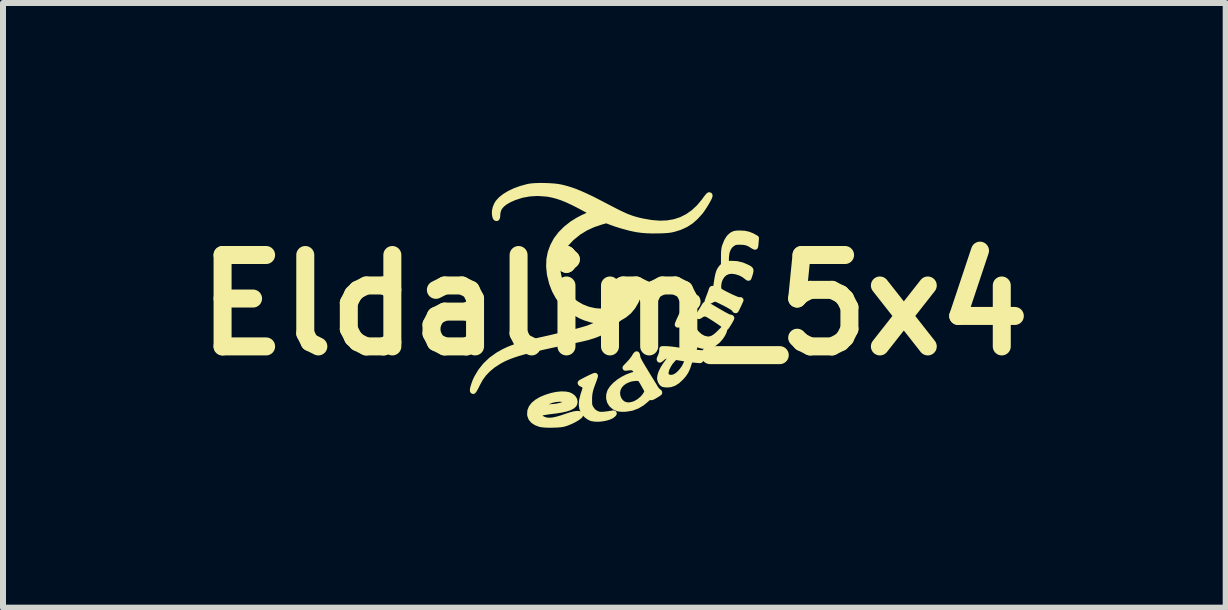
<source format=kicad_pcb>
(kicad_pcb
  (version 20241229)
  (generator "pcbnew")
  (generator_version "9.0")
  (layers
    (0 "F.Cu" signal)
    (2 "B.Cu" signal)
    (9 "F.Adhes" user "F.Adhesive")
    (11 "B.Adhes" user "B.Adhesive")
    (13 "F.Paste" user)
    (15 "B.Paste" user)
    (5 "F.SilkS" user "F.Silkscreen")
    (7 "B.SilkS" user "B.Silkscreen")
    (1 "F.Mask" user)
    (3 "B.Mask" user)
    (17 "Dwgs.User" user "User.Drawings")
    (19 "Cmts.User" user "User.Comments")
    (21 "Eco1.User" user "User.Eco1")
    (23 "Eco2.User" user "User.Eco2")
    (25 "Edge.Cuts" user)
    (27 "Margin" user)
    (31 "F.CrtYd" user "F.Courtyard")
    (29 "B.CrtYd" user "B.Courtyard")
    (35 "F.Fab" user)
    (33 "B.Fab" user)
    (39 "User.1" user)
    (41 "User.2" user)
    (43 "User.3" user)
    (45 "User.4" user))
  (footprint "Eldalim_5x4"
    (layer "F.Cu")
    (at 7.192 2.036)
    (property "Reference" "Eldalim_5x4" (at 0 0 0) (layer "F.SilkS") (effects (font (size 1.524 1.524) (thickness 0.3))))
    (attr through_hole)
    (fp_poly (pts (xy 1.388 -0.055) (xy 1.382 -0.022) (xy 1.365 0.006) (xy 1.342 0.026) (xy 1.316 0.036) (xy 1.29 0.035) (xy 1.268 0.019) (xy 1.266 0.016) (xy 1.252 -0.018) (xy 1.255 -0.054) (xy 1.275 -0.088) (xy 1.283 -0.096) (xy 1.314 -0.12) (xy 1.343 -0.126) (xy 1.367 -0.117) (xy 1.382 -0.093) (xy 1.388 -0.055)) (stroke (width 0.1) (type solid)) (fill yes) (layer "F.SilkS"))
    (fp_poly (pts (xy 1.95 0.216) (xy 1.946 0.227) (xy 1.934 0.249) (xy 1.918 0.278) (xy 1.9 0.308) (xy 1.882 0.336) (xy 1.868 0.357) (xy 1.86 0.367) (xy 1.852 0.364) (xy 1.846 0.353) (xy 1.836 0.342) (xy 1.814 0.323) (xy 1.781 0.298) (xy 1.739 0.269) (xy 1.693 0.238) (xy 1.643 0.206) (xy 1.593 0.175) (xy 1.567 0.159) (xy 1.527 0.142) (xy 1.492 0.14) (xy 1.457 0.154) (xy 1.436 0.168) (xy 1.418 0.18) (xy 1.407 0.184) (xy 1.406 0.182) (xy 1.411 0.171) (xy 1.423 0.148) (xy 1.441 0.119) (xy 1.446 0.111) (xy 1.467 0.078) (xy 1.486 0.046) (xy 1.499 0.023) (xy 1.5 0.02) (xy 1.513 0.001) (xy 1.524 -0.009) (xy 1.525 -0.009) (xy 1.535 -0.005) (xy 1.559 0.008) (xy 1.593 0.027) (xy 1.636 0.052) (xy 1.686 0.081) (xy 1.718 0.1) (xy 1.78 0.136) (xy 1.833 0.166) (xy 1.876 0.188) (xy 1.907 0.203) (xy 1.925 0.209) (xy 1.926 0.209) (xy 1.944 0.211) (xy 1.95 0.216)) (stroke (width 0.1) (type solid)) (fill yes) (layer "F.SilkS"))
    (fp_poly (pts (xy 1.835 0.386) (xy 1.83 0.419) (xy 1.819 0.452) (xy 1.798 0.492) (xy 1.768 0.536) (xy 1.733 0.577) (xy 1.721 0.59) (xy 1.664 0.636) (xy 1.601 0.666) (xy 1.535 0.68) (xy 1.468 0.678) (xy 1.402 0.659) (xy 1.389 0.652) (xy 1.35 0.629) (xy 1.316 0.602) (xy 1.287 0.567) (xy 1.261 0.522) (xy 1.234 0.465) (xy 1.217 0.421) (xy 1.195 0.371) (xy 1.173 0.334) (xy 1.154 0.313) (xy 1.141 0.308) (xy 1.127 0.311) (xy 1.103 0.317) (xy 1.096 0.319) (xy 1.073 0.325) (xy 1.059 0.326) (xy 1.057 0.325) (xy 1.059 0.316) (xy 1.068 0.293) (xy 1.082 0.26) (xy 1.101 0.22) (xy 1.11 0.199) (xy 1.133 0.154) (xy 1.151 0.119) (xy 1.165 0.097) (xy 1.173 0.09) (xy 1.174 0.091) (xy 1.179 0.105) (xy 1.188 0.131) (xy 1.201 0.166) (xy 1.21 0.191) (xy 1.233 0.254) (xy 1.255 0.305) (xy 1.278 0.349) (xy 1.305 0.392) (xy 1.316 0.408) (xy 1.369 0.475) (xy 1.426 0.526) (xy 1.484 0.558) (xy 1.545 0.573) (xy 1.566 0.574) (xy 1.603 0.57) (xy 1.639 0.557) (xy 1.678 0.534) (xy 1.721 0.499) (xy 1.767 0.455) (xy 1.835 0.386)) (stroke (width 0.1) (type solid)) (fill yes) (layer "F.SilkS"))
    (fp_poly (pts (xy -0.01 1.807) (xy -0.017 1.817) (xy -0.018 1.818) (xy -0.047 1.842) (xy -0.09 1.862) (xy -0.143 1.878) (xy -0.202 1.889) (xy -0.262 1.895) (xy -0.32 1.894) (xy -0.372 1.886) (xy -0.39 1.88) (xy -0.42 1.865) (xy -0.454 1.84) (xy -0.472 1.824) (xy -0.51 1.776) (xy -0.534 1.722) (xy -0.543 1.661) (xy -0.538 1.592) (xy -0.519 1.512) (xy -0.51 1.483) (xy -0.493 1.432) (xy -0.483 1.395) (xy -0.479 1.369) (xy -0.483 1.351) (xy -0.494 1.338) (xy -0.513 1.328) (xy -0.522 1.323) (xy -0.545 1.312) (xy -0.56 1.302) (xy -0.562 1.299) (xy -0.555 1.293) (xy -0.534 1.281) (xy -0.505 1.266) (xy -0.469 1.247) (xy -0.431 1.228) (xy -0.394 1.21) (xy -0.361 1.195) (xy -0.337 1.185) (xy -0.324 1.18) (xy -0.323 1.18) (xy -0.325 1.19) (xy -0.332 1.212) (xy -0.343 1.245) (xy -0.355 1.277) (xy -0.38 1.344) (xy -0.398 1.399) (xy -0.41 1.446) (xy -0.417 1.491) (xy -0.421 1.538) (xy -0.421 1.578) (xy -0.421 1.622) (xy -0.42 1.653) (xy -0.416 1.676) (xy -0.408 1.696) (xy -0.397 1.719) (xy -0.395 1.723) (xy -0.359 1.771) (xy -0.313 1.806) (xy -0.26 1.826) (xy -0.249 1.828) (xy -0.217 1.83) (xy -0.173 1.828) (xy -0.121 1.822) (xy -0.066 1.814) (xy -0.036 1.809) (xy -0.016 1.805) (xy -0.01 1.807)) (stroke (width 0.1) (type solid)) (fill yes) (layer "F.SilkS"))
    (fp_poly (pts (xy 1.523 0.813) (xy 1.52 0.821) (xy 1.505 0.838) (xy 1.484 0.861) (xy 1.478 0.867) (xy 1.429 0.918) (xy 1.352 0.912) (xy 1.316 0.909) (xy 1.287 0.906) (xy 1.27 0.905) (xy 1.267 0.904) (xy 1.262 0.912) (xy 1.253 0.933) (xy 1.242 0.963) (xy 1.237 0.979) (xy 1.223 1.022) (xy 1.223 0.905) (xy 1.221 0.901) (xy 1.211 0.897) (xy 1.186 0.892) (xy 1.151 0.885) (xy 1.114 0.879) (xy 1.011 0.862) (xy 0.965 0.911) (xy 0.927 0.956) (xy 0.897 1.005) (xy 0.873 1.053) (xy 0.858 1.099) (xy 0.853 1.14) (xy 0.859 1.171) (xy 0.864 1.18) (xy 0.894 1.204) (xy 0.933 1.214) (xy 0.978 1.21) (xy 1.014 1.197) (xy 1.052 1.174) (xy 1.093 1.138) (xy 1.132 1.094) (xy 1.165 1.048) (xy 1.176 1.029) (xy 1.196 0.989) (xy 1.211 0.953) (xy 1.22 0.923) (xy 1.223 0.905) (xy 1.223 1.022) (xy 1.214 1.048) (xy 1.188 1.104) (xy 1.154 1.155) (xy 1.11 1.207) (xy 1.108 1.208) (xy 1.05 1.262) (xy 0.993 1.299) (xy 0.935 1.319) (xy 0.885 1.324) (xy 0.852 1.322) (xy 0.824 1.318) (xy 0.81 1.314) (xy 0.79 1.295) (xy 0.773 1.266) (xy 0.763 1.231) (xy 0.762 1.217) (xy 0.769 1.172) (xy 0.787 1.119) (xy 0.817 1.06) (xy 0.856 0.998) (xy 0.902 0.936) (xy 0.919 0.916) (xy 0.97 0.857) (xy 0.932 0.846) (xy 0.887 0.838) (xy 0.847 0.846) (xy 0.807 0.869) (xy 0.793 0.882) (xy 0.77 0.902) (xy 0.757 0.909) (xy 0.755 0.902) (xy 0.762 0.881) (xy 0.776 0.851) (xy 0.788 0.818) (xy 0.796 0.785) (xy 0.798 0.769) (xy 0.798 0.735) (xy 0.86 0.735) (xy 0.891 0.736) (xy 0.935 0.74) (xy 0.987 0.746) (xy 1.042 0.754) (xy 1.065 0.757) (xy 1.128 0.766) (xy 1.201 0.776) (xy 1.276 0.785) (xy 1.346 0.793) (xy 1.364 0.794) (xy 1.415 0.799) (xy 1.46 0.804) (xy 1.494 0.808) (xy 1.517 0.811) (xy 1.523 0.813)) (stroke (width 0.1) (type solid)) (fill yes) (layer "F.SilkS"))
    (fp_poly (pts (xy -0.57 1.832) (xy -0.581 1.847) (xy -0.605 1.866) (xy -0.637 1.887) (xy -0.677 1.91) (xy -0.72 1.931) (xy -0.766 1.951) (xy -0.811 1.968) (xy -0.853 1.98) (xy -0.864 1.982) (xy -0.905 1.988) (xy -0.957 1.992) (xy -1.015 1.994) (xy -1.076 1.995) (xy -1.133 1.994) (xy -1.183 1.99) (xy -1.222 1.985) (xy -1.234 1.983) (xy -1.3 1.958) (xy -1.35 1.926) (xy -1.384 1.886) (xy -1.402 1.838) (xy -1.404 1.823) (xy -1.401 1.766) (xy -1.38 1.713) (xy -1.342 1.663) (xy -1.287 1.618) (xy -1.216 1.576) (xy -1.136 1.543) (xy -1.048 1.515) (xy -0.963 1.497) (xy -0.883 1.489) (xy -0.812 1.492) (xy -0.764 1.501) (xy -0.722 1.521) (xy -0.689 1.548) (xy -0.669 1.58) (xy -0.662 1.615) (xy -0.671 1.649) (xy -0.676 1.658) (xy -0.705 1.684) (xy -0.75 1.707) (xy -0.782 1.718) (xy -0.782 1.621) (xy -0.784 1.603) (xy -0.802 1.586) (xy -0.81 1.582) (xy -0.856 1.566) (xy -0.912 1.561) (xy -0.974 1.566) (xy -1.038 1.579) (xy -1.099 1.602) (xy -1.111 1.608) (xy -1.14 1.624) (xy -1.169 1.644) (xy -1.195 1.664) (xy -1.214 1.682) (xy -1.224 1.694) (xy -1.223 1.699) (xy -1.202 1.703) (xy -1.167 1.705) (xy -1.124 1.705) (xy -1.075 1.703) (xy -1.025 1.7) (xy -0.978 1.695) (xy -0.94 1.689) (xy -0.938 1.688) (xy -0.876 1.673) (xy -0.829 1.656) (xy -0.797 1.639) (xy -0.782 1.621) (xy -0.782 1.718) (xy -0.814 1.728) (xy -0.895 1.745) (xy -0.993 1.76) (xy -1.032 1.764) (xy -1.115 1.775) (xy -1.181 1.786) (xy -1.228 1.797) (xy -1.259 1.809) (xy -1.269 1.818) (xy -1.271 1.833) (xy -1.26 1.854) (xy -1.238 1.876) (xy -1.208 1.896) (xy -1.194 1.904) (xy -1.155 1.919) (xy -1.114 1.927) (xy -1.068 1.928) (xy -1.016 1.922) (xy -0.955 1.909) (xy -0.882 1.888) (xy -0.797 1.859) (xy -0.723 1.835) (xy -0.664 1.82) (xy -0.618 1.814) (xy -0.586 1.817) (xy -0.573 1.822) (xy -0.57 1.832)) (stroke (width 0.1) (type solid)) (fill yes) (layer "F.SilkS"))
    (fp_poly (pts (xy 0.748 1.461) (xy 0.739 1.468) (xy 0.718 1.482) (xy 0.689 1.5) (xy 0.679 1.506) (xy 0.646 1.525) (xy 0.625 1.534) (xy 0.612 1.536) (xy 0.607 1.532) (xy 0.6 1.517) (xy 0.599 1.513) (xy 0.593 1.516) (xy 0.577 1.529) (xy 0.556 1.548) (xy 0.556 1.436) (xy 0.498 1.331) (xy 0.472 1.285) (xy 0.449 1.249) (xy 0.432 1.227) (xy 0.422 1.219) (xy 0.39 1.214) (xy 0.348 1.215) (xy 0.3 1.221) (xy 0.253 1.231) (xy 0.244 1.234) (xy 0.178 1.263) (xy 0.123 1.301) (xy 0.083 1.347) (xy 0.056 1.399) (xy 0.045 1.456) (xy 0.05 1.514) (xy 0.069 1.568) (xy 0.102 1.617) (xy 0.145 1.651) (xy 0.196 1.67) (xy 0.253 1.673) (xy 0.315 1.66) (xy 0.357 1.644) (xy 0.417 1.608) (xy 0.471 1.563) (xy 0.514 1.513) (xy 0.531 1.485) (xy 0.556 1.436) (xy 0.556 1.548) (xy 0.554 1.55) (xy 0.541 1.563) (xy 0.461 1.63) (xy 0.376 1.68) (xy 0.286 1.713) (xy 0.191 1.728) (xy 0.177 1.729) (xy 0.115 1.729) (xy 0.067 1.723) (xy 0.054 1.719) (xy -0.001 1.693) (xy -0.044 1.655) (xy -0.073 1.608) (xy -0.087 1.555) (xy -0.086 1.499) (xy -0.069 1.441) (xy -0.064 1.432) (xy -0.029 1.38) (xy 0.02 1.329) (xy 0.081 1.28) (xy 0.149 1.237) (xy 0.223 1.2) (xy 0.297 1.172) (xy 0.36 1.157) (xy 0.398 1.151) (xy 0.369 1.102) (xy 0.344 1.066) (xy 0.318 1.045) (xy 0.285 1.036) (xy 0.242 1.038) (xy 0.238 1.039) (xy 0.186 1.045) (xy 0.251 0.977) (xy 0.282 0.943) (xy 0.31 0.907) (xy 0.333 0.876) (xy 0.34 0.863) (xy 0.355 0.839) (xy 0.367 0.824) (xy 0.372 0.821) (xy 0.377 0.832) (xy 0.382 0.854) (xy 0.383 0.865) (xy 0.386 0.88) (xy 0.394 0.901) (xy 0.407 0.928) (xy 0.426 0.963) (xy 0.453 1.009) (xy 0.487 1.066) (xy 0.529 1.135) (xy 0.565 1.195) (xy 0.6 1.251) (xy 0.631 1.302) (xy 0.657 1.344) (xy 0.676 1.376) (xy 0.688 1.396) (xy 0.69 1.398) (xy 0.708 1.422) (xy 0.727 1.44) (xy 0.731 1.443) (xy 0.745 1.453) (xy 0.748 1.461)) (stroke (width 0.1) (type solid)) (fill yes) (layer "F.SilkS"))
    (fp_poly (pts (xy 2.361 -1.114) (xy 2.355 -1.045) (xy 2.352 -1.012) (xy 2.349 -0.986) (xy 2.346 -0.973) (xy 2.346 -0.973) (xy 2.337 -0.975) (xy 2.318 -0.986) (xy 2.3 -0.997) (xy 2.254 -1.025) (xy 2.209 -1.043) (xy 2.159 -1.053) (xy 2.1 -1.056) (xy 2.058 -1.056) (xy 2.029 -1.053) (xy 2.007 -1.048) (xy 1.985 -1.038) (xy 1.978 -1.034) (xy 1.931 -0.998) (xy 1.896 -0.948) (xy 1.872 -0.886) (xy 1.861 -0.812) (xy 1.86 -0.777) (xy 1.86 -0.735) (xy 1.863 -0.708) (xy 1.872 -0.693) (xy 1.89 -0.687) (xy 1.919 -0.686) (xy 1.95 -0.688) (xy 2.042 -0.683) (xy 2.132 -0.661) (xy 2.204 -0.63) (xy 2.239 -0.612) (xy 2.26 -0.598) (xy 2.269 -0.584) (xy 2.269 -0.565) (xy 2.263 -0.537) (xy 2.259 -0.523) (xy 2.249 -0.491) (xy 2.241 -0.467) (xy 2.236 -0.455) (xy 2.236 -0.455) (xy 2.227 -0.458) (xy 2.211 -0.47) (xy 2.202 -0.478) (xy 2.154 -0.513) (xy 2.095 -0.542) (xy 2.031 -0.562) (xy 1.968 -0.571) (xy 1.956 -0.572) (xy 1.894 -0.564) (xy 1.841 -0.54) (xy 1.797 -0.501) (xy 1.762 -0.446) (xy 1.75 -0.417) (xy 1.738 -0.375) (xy 1.732 -0.33) (xy 1.732 -0.287) (xy 1.738 -0.254) (xy 1.742 -0.245) (xy 1.754 -0.234) (xy 1.779 -0.217) (xy 1.815 -0.197) (xy 1.858 -0.175) (xy 1.904 -0.152) (xy 1.951 -0.129) (xy 1.995 -0.11) (xy 2.033 -0.094) (xy 2.062 -0.084) (xy 2.076 -0.082) (xy 2.103 -0.082) (xy 2.067 -0.002) (xy 2.05 0.033) (xy 2.036 0.062) (xy 2.026 0.08) (xy 2.023 0.085) (xy 2.015 0.083) (xy 2.004 0.069) (xy 2.003 0.067) (xy 1.994 0.055) (xy 1.977 0.041) (xy 1.948 0.023) (xy 1.908 -0.000287) (xy 1.853 -0.03) (xy 1.846 -0.033) (xy 1.798 -0.057) (xy 1.755 -0.079) (xy 1.719 -0.095) (xy 1.693 -0.106) (xy 1.681 -0.109) (xy 1.663 -0.105) (xy 1.636 -0.094) (xy 1.61 -0.081) (xy 1.583 -0.068) (xy 1.563 -0.059) (xy 1.554 -0.057) (xy 1.556 -0.067) (xy 1.564 -0.089) (xy 1.575 -0.121) (xy 1.587 -0.152) (xy 1.602 -0.19) (xy 1.614 -0.224) (xy 1.622 -0.249) (xy 1.624 -0.258) (xy 1.631 -0.269) (xy 1.651 -0.269) (xy 1.679 -0.259) (xy 1.685 -0.259) (xy 1.69 -0.267) (xy 1.695 -0.284) (xy 1.7 -0.313) (xy 1.706 -0.358) (xy 1.708 -0.372) (xy 1.72 -0.448) (xy 1.733 -0.509) (xy 1.748 -0.557) (xy 1.767 -0.594) (xy 1.79 -0.624) (xy 1.793 -0.628) (xy 1.827 -0.662) (xy 1.828 -0.796) (xy 1.828 -0.852) (xy 1.83 -0.895) (xy 1.834 -0.929) (xy 1.839 -0.958) (xy 1.847 -0.986) (xy 1.85 -0.993) (xy 1.879 -1.065) (xy 1.914 -1.121) (xy 1.955 -1.16) (xy 1.967 -1.168) (xy 1.989 -1.18) (xy 2.01 -1.187) (xy 2.034 -1.191) (xy 2.068 -1.193) (xy 2.095 -1.193) (xy 2.169 -1.189) (xy 2.233 -1.175) (xy 2.294 -1.151) (xy 2.321 -1.136) (xy 2.361 -1.114)) (stroke (width 0.1) (type solid)) (fill yes) (layer "F.SilkS"))
    (fp_poly (pts (xy 1.587 -1.822) (xy 1.583 -1.805) (xy 1.569 -1.776) (xy 1.549 -1.739) (xy 1.525 -1.697) (xy 1.498 -1.653) (xy 1.47 -1.611) (xy 1.444 -1.573) (xy 1.429 -1.554) (xy 1.352 -1.469) (xy 1.272 -1.399) (xy 1.186 -1.344) (xy 1.091 -1.301) (xy 1.001 -1.273) (xy 0.966 -1.264) (xy 0.934 -1.258) (xy 0.9 -1.253) (xy 0.861 -1.25) (xy 0.813 -1.247) (xy 0.751 -1.245) (xy 0.737 -1.245) (xy 0.631 -1.244) (xy 0.539 -1.247) (xy 0.455 -1.254) (xy 0.374 -1.265) (xy 0.318 -1.276) (xy 0.255 -1.29) (xy 0.182 -1.31) (xy 0.104 -1.332) (xy 0.028 -1.356) (xy -0.039 -1.38) (xy -0.048 -1.383) (xy -0.133 -1.415) (xy -0.214 -1.393) (xy -0.354 -1.346) (xy -0.482 -1.287) (xy -0.599 -1.215) (xy -0.705 -1.129) (xy -0.725 -1.111) (xy -0.805 -1.025) (xy -0.867 -0.936) (xy -0.912 -0.844) (xy -0.94 -0.747) (xy -0.95 -0.646) (xy -0.944 -0.539) (xy -0.92 -0.425) (xy -0.902 -0.363) (xy -0.869 -0.279) (xy -0.829 -0.207) (xy -0.779 -0.142) (xy -0.734 -0.096) (xy -0.645 -0.024) (xy -0.547 0.033) (xy -0.441 0.075) (xy -0.33 0.1) (xy -0.259 0.107) (xy -0.199 0.108) (xy -0.147 0.105) (xy -0.107 0.1) (xy -0.106 0.1) (xy -0.054 0.089) (xy 0.025 -0.017) (xy 0.086 -0.095) (xy 0.144 -0.159) (xy 0.196 -0.209) (xy 0.244 -0.242) (xy 0.286 -0.26) (xy 0.308 -0.263) (xy 0.326 -0.257) (xy 0.35 -0.241) (xy 0.359 -0.232) (xy 0.38 -0.205) (xy 0.39 -0.176) (xy 0.387 -0.141) (xy 0.373 -0.098) (xy 0.358 -0.065) (xy 0.306 0.025) (xy 0.242 0.102) (xy 0.166 0.165) (xy 0.102 0.203) (xy 0.072 0.222) (xy 0.034 0.252) (xy -0.008 0.29) (xy -0.025 0.307) (xy -0.095 0.371) (xy -0.167 0.423) (xy -0.245 0.464) (xy -0.321 0.495) (xy -0.359 0.508) (xy -0.397 0.52) (xy -0.436 0.532) (xy -0.479 0.543) (xy -0.528 0.555) (xy -0.587 0.568) (xy -0.657 0.583) (xy -0.742 0.601) (xy -0.776 0.608) (xy -0.938 0.641) (xy -1.084 0.672) (xy -1.214 0.701) (xy -1.33 0.728) (xy -1.433 0.754) (xy -1.525 0.778) (xy -1.606 0.802) (xy -1.678 0.825) (xy -1.742 0.848) (xy -1.8 0.872) (xy -1.852 0.896) (xy -1.9 0.921) (xy -1.934 0.941) (xy -2.031 1.004) (xy -2.111 1.071) (xy -2.179 1.142) (xy -2.236 1.221) (xy -2.285 1.309) (xy -2.304 1.348) (xy -2.322 1.382) (xy -2.336 1.408) (xy -2.344 1.42) (xy -2.354 1.432) (xy -2.358 1.428) (xy -2.358 1.414) (xy -2.355 1.39) (xy -2.345 1.354) (xy -2.331 1.311) (xy -2.314 1.266) (xy -2.295 1.225) (xy -2.291 1.216) (xy -2.225 1.105) (xy -2.145 1.005) (xy -2.05 0.915) (xy -1.94 0.836) (xy -1.841 0.78) (xy -1.769 0.746) (xy -1.692 0.715) (xy -1.606 0.685) (xy -1.511 0.656) (xy -1.403 0.628) (xy -1.28 0.598) (xy -1.22 0.585) (xy -1.134 0.566) (xy -1.043 0.545) (xy -0.95 0.523) (xy -0.858 0.501) (xy -0.768 0.479) (xy -0.684 0.458) (xy -0.607 0.438) (xy -0.541 0.42) (xy -0.487 0.404) (xy -0.447 0.392) (xy -0.44 0.39) (xy -0.366 0.361) (xy -0.302 0.331) (xy -0.251 0.301) (xy -0.232 0.287) (xy -0.206 0.266) (xy -0.273 0.26) (xy -0.379 0.242) (xy -0.489 0.207) (xy -0.559 0.177) (xy -0.674 0.114) (xy -0.775 0.041) (xy -0.861 -0.043) (xy -0.933 -0.139) (xy -0.992 -0.247) (xy -1.038 -0.366) (xy -1.071 -0.499) (xy -1.075 -0.521) (xy -1.087 -0.643) (xy -1.083 -0.762) (xy -1.061 -0.875) (xy -1.021 -0.983) (xy -0.966 -1.086) (xy -0.893 -1.182) (xy -0.804 -1.271) (xy -0.7 -1.353) (xy -0.682 -1.364) (xy -0.602 -1.414) (xy -0.517 -1.458) (xy -0.435 -1.495) (xy -0.392 -1.51) (xy -0.372 -1.516) (xy -0.359 -1.522) (xy -0.355 -1.527) (xy -0.359 -1.535) (xy -0.375 -1.546) (xy -0.402 -1.563) (xy -0.444 -1.585) (xy -0.476 -1.603) (xy -0.592 -1.665) (xy -0.695 -1.717) (xy -0.788 -1.76) (xy -0.873 -1.794) (xy -0.951 -1.82) (xy -1.026 -1.84) (xy -1.099 -1.854) (xy -1.134 -1.859) (xy -1.277 -1.869) (xy -1.414 -1.861) (xy -1.546 -1.837) (xy -1.674 -1.795) (xy -1.751 -1.761) (xy -1.823 -1.72) (xy -1.878 -1.676) (xy -1.918 -1.628) (xy -1.942 -1.574) (xy -1.952 -1.513) (xy -1.952 -1.496) (xy -1.955 -1.465) (xy -1.961 -1.452) (xy -1.964 -1.451) (xy -1.974 -1.455) (xy -1.981 -1.467) (xy -1.987 -1.492) (xy -1.991 -1.517) (xy -1.991 -1.566) (xy -1.979 -1.621) (xy -1.957 -1.674) (xy -1.936 -1.708) (xy -1.889 -1.76) (xy -1.826 -1.81) (xy -1.749 -1.857) (xy -1.661 -1.899) (xy -1.564 -1.935) (xy -1.46 -1.964) (xy -1.416 -1.974) (xy -1.367 -1.98) (xy -1.305 -1.984) (xy -1.233 -1.986) (xy -1.156 -1.985) (xy -1.079 -1.982) (xy -1.005 -1.977) (xy -0.939 -1.969) (xy -0.89 -1.96) (xy -0.814 -1.941) (xy -0.737 -1.918) (xy -0.657 -1.89) (xy -0.571 -1.855) (xy -0.478 -1.813) (xy -0.374 -1.764) (xy -0.259 -1.705) (xy -0.203 -1.676) (xy -0.104 -1.624) (xy -0.019 -1.58) (xy 0.054 -1.543) (xy 0.118 -1.512) (xy 0.174 -1.486) (xy 0.225 -1.465) (xy 0.273 -1.447) (xy 0.319 -1.432) (xy 0.366 -1.419) (xy 0.416 -1.406) (xy 0.471 -1.394) (xy 0.472 -1.393) (xy 0.619 -1.368) (xy 0.756 -1.357) (xy 0.885 -1.362) (xy 1.006 -1.383) (xy 1.118 -1.42) (xy 1.223 -1.473) (xy 1.321 -1.542) (xy 1.413 -1.627) (xy 1.499 -1.729) (xy 1.519 -1.758) (xy 1.548 -1.796) (xy 1.568 -1.821) (xy 1.581 -1.831) (xy 1.587 -1.829) (xy 1.587 -1.822)) (stroke (width 0.1) (type solid)) (fill yes) (layer "F.SilkS")))
  (gr_rect
    (start -3 -3)
    (end 17.384 7.081)
    (stroke (width 0.1) (type default))
    (fill no)
    (layer "Edge.Cuts")))
</source>
